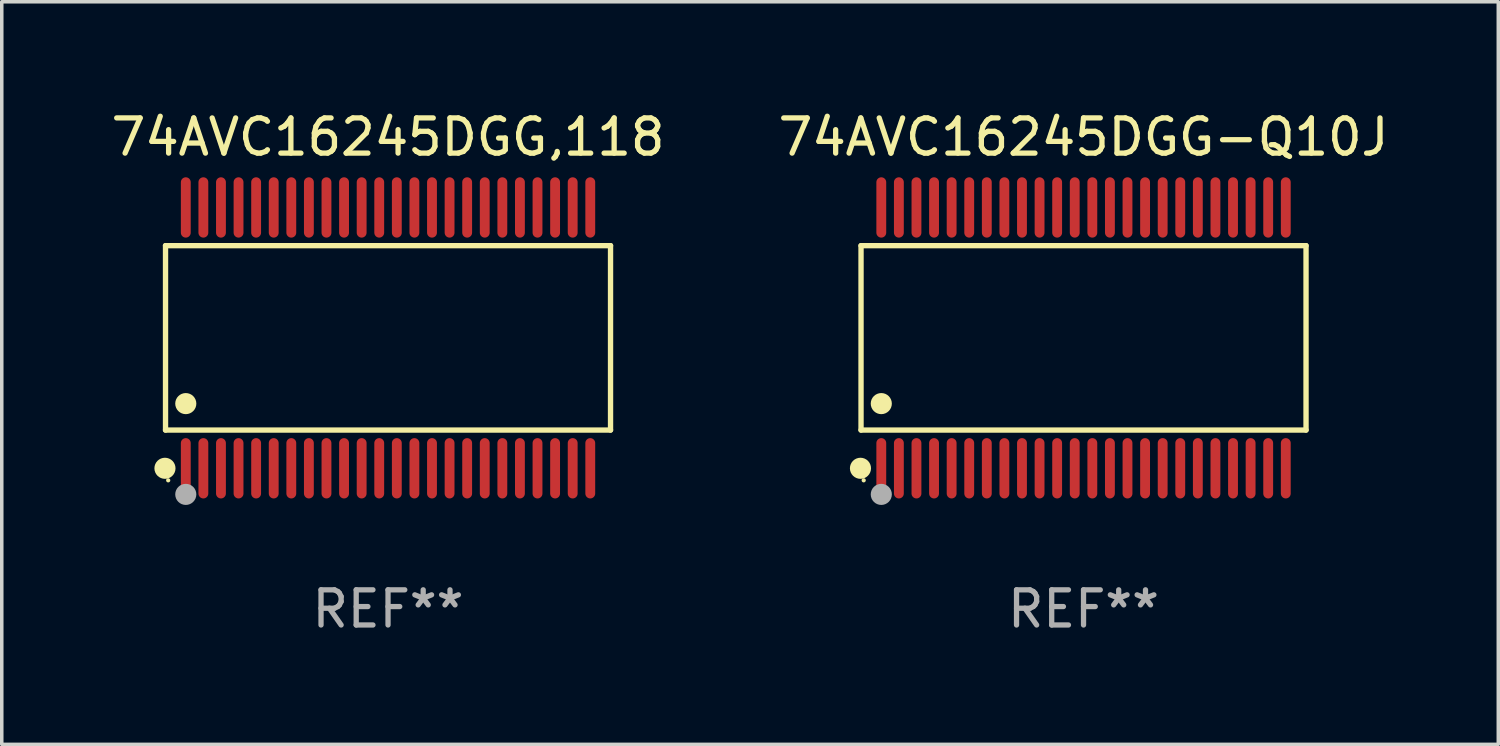
<source format=kicad_pcb>
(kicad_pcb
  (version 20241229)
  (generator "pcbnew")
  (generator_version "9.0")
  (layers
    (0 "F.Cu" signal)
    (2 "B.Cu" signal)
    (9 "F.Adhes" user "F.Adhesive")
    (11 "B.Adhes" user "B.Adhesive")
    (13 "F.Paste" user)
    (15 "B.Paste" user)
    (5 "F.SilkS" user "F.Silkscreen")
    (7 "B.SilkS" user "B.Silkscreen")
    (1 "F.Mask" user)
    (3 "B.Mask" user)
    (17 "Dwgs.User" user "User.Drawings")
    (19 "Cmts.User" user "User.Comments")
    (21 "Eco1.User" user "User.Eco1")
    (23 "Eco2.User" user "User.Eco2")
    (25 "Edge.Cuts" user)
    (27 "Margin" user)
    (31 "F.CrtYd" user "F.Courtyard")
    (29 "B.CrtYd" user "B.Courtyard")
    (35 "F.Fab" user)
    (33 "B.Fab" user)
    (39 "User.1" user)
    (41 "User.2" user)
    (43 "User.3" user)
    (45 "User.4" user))
  (footprint "74AVC16245DGG-Q10J"
    (layer "F.Cu")
    (at 27.756 6.556)
    (property "Reference" "74AVC16245DGG-Q10J" (at 0 -5.708 0) (layer "F.SilkS") (effects (font (size 1 1) (thickness 0.15))))
    (attr through_hole)
    (fp_line (start -6.326 -2.622) (end 6.326 -2.622) (stroke (width 0.152) (type solid)) (layer "F.SilkS"))
    (fp_line (start -6.326 2.621) (end -6.326 -2.622) (stroke (width 0.152) (type solid)) (layer "F.SilkS"))
    (fp_line (start 6.326 -2.622) (end 6.326 2.621) (stroke (width 0.152) (type solid)) (layer "F.SilkS"))
    (fp_line (start 6.326 2.621) (end -6.326 2.621) (stroke (width 0.152) (type solid)) (layer "F.SilkS"))
    (fp_circle (center -6.342 3.708) (end -6.192 3.708) (stroke (width 0.3) (type solid)) (fill no) (layer "F.SilkS"))
    (fp_circle (center -6.25 4.05) (end -6.22 4.05) (stroke (width 0.06) (type solid)) (fill no) (layer "F.SilkS"))
    (fp_circle (center -5.75 1.869) (end -5.6 1.869) (stroke (width 0.3) (type solid)) (fill no) (layer "F.SilkS"))
    (fp_circle (center -5.75 4.45) (end -5.6 4.45) (stroke (width 0.3) (type solid)) (fill no) (layer "F.Fab"))
    (fp_text user "REF**" (at 0 7.708 0) (layer "F.Fab") (effects (font (size 1 1) (thickness 0.15))))
    (pad "1" smd oval (at -5.75 3.708) (size 0.28 1.715) (layers "F.Cu" "F.Mask" "F.Paste"))
    (pad "2" smd oval (at -5.25 3.708) (size 0.28 1.715) (layers "F.Cu" "F.Mask" "F.Paste"))
    (pad "3" smd oval (at -4.75 3.708) (size 0.28 1.715) (layers "F.Cu" "F.Mask" "F.Paste"))
    (pad "4" smd oval (at -4.25 3.708) (size 0.28 1.715) (layers "F.Cu" "F.Mask" "F.Paste"))
    (pad "5" smd oval (at -3.75 3.708) (size 0.28 1.715) (layers "F.Cu" "F.Mask" "F.Paste"))
    (pad "6" smd oval (at -3.25 3.708) (size 0.28 1.715) (layers "F.Cu" "F.Mask" "F.Paste"))
    (pad "7" smd oval (at -2.75 3.708) (size 0.28 1.715) (layers "F.Cu" "F.Mask" "F.Paste"))
    (pad "8" smd oval (at -2.25 3.708) (size 0.28 1.715) (layers "F.Cu" "F.Mask" "F.Paste"))
    (pad "9" smd oval (at -1.75 3.708) (size 0.28 1.715) (layers "F.Cu" "F.Mask" "F.Paste"))
    (pad "10" smd oval (at -1.25 3.708) (size 0.28 1.715) (layers "F.Cu" "F.Mask" "F.Paste"))
    (pad "11" smd oval (at -0.75 3.708) (size 0.28 1.715) (layers "F.Cu" "F.Mask" "F.Paste"))
    (pad "12" smd oval (at -0.25 3.708) (size 0.28 1.715) (layers "F.Cu" "F.Mask" "F.Paste"))
    (pad "13" smd oval (at 0.25 3.708) (size 0.28 1.715) (layers "F.Cu" "F.Mask" "F.Paste"))
    (pad "14" smd oval (at 0.75 3.708) (size 0.28 1.715) (layers "F.Cu" "F.Mask" "F.Paste"))
    (pad "15" smd oval (at 1.25 3.708) (size 0.28 1.715) (layers "F.Cu" "F.Mask" "F.Paste"))
    (pad "16" smd oval (at 1.75 3.708) (size 0.28 1.715) (layers "F.Cu" "F.Mask" "F.Paste"))
    (pad "17" smd oval (at 2.25 3.708) (size 0.28 1.715) (layers "F.Cu" "F.Mask" "F.Paste"))
    (pad "18" smd oval (at 2.75 3.708) (size 0.28 1.715) (layers "F.Cu" "F.Mask" "F.Paste"))
    (pad "19" smd oval (at 3.25 3.708) (size 0.28 1.715) (layers "F.Cu" "F.Mask" "F.Paste"))
    (pad "20" smd oval (at 3.75 3.708) (size 0.28 1.715) (layers "F.Cu" "F.Mask" "F.Paste"))
    (pad "21" smd oval (at 4.25 3.708) (size 0.28 1.715) (layers "F.Cu" "F.Mask" "F.Paste"))
    (pad "22" smd oval (at 4.75 3.708) (size 0.28 1.715) (layers "F.Cu" "F.Mask" "F.Paste"))
    (pad "23" smd oval (at 5.25 3.708) (size 0.28 1.715) (layers "F.Cu" "F.Mask" "F.Paste"))
    (pad "24" smd oval (at 5.75 3.708) (size 0.28 1.715) (layers "F.Cu" "F.Mask" "F.Paste"))
    (pad "25" smd oval (at 5.75 -3.708) (size 0.28 1.715) (layers "F.Cu" "F.Mask" "F.Paste"))
    (pad "26" smd oval (at 5.25 -3.708) (size 0.28 1.715) (layers "F.Cu" "F.Mask" "F.Paste"))
    (pad "27" smd oval (at 4.75 -3.708) (size 0.28 1.715) (layers "F.Cu" "F.Mask" "F.Paste"))
    (pad "28" smd oval (at 4.25 -3.708) (size 0.28 1.715) (layers "F.Cu" "F.Mask" "F.Paste"))
    (pad "29" smd oval (at 3.75 -3.708) (size 0.28 1.715) (layers "F.Cu" "F.Mask" "F.Paste"))
    (pad "30" smd oval (at 3.25 -3.708) (size 0.28 1.715) (layers "F.Cu" "F.Mask" "F.Paste"))
    (pad "31" smd oval (at 2.75 -3.708) (size 0.28 1.715) (layers "F.Cu" "F.Mask" "F.Paste"))
    (pad "32" smd oval (at 2.25 -3.708) (size 0.28 1.715) (layers "F.Cu" "F.Mask" "F.Paste"))
    (pad "33" smd oval (at 1.75 -3.708) (size 0.28 1.715) (layers "F.Cu" "F.Mask" "F.Paste"))
    (pad "34" smd oval (at 1.25 -3.708) (size 0.28 1.715) (layers "F.Cu" "F.Mask" "F.Paste"))
    (pad "35" smd oval (at 0.75 -3.708) (size 0.28 1.715) (layers "F.Cu" "F.Mask" "F.Paste"))
    (pad "36" smd oval (at 0.25 -3.708) (size 0.28 1.715) (layers "F.Cu" "F.Mask" "F.Paste"))
    (pad "37" smd oval (at -0.25 -3.708) (size 0.28 1.715) (layers "F.Cu" "F.Mask" "F.Paste"))
    (pad "38" smd oval (at -0.75 -3.708) (size 0.28 1.715) (layers "F.Cu" "F.Mask" "F.Paste"))
    (pad "39" smd oval (at -1.25 -3.708) (size 0.28 1.715) (layers "F.Cu" "F.Mask" "F.Paste"))
    (pad "40" smd oval (at -1.75 -3.708) (size 0.28 1.715) (layers "F.Cu" "F.Mask" "F.Paste"))
    (pad "41" smd oval (at -2.25 -3.708) (size 0.28 1.715) (layers "F.Cu" "F.Mask" "F.Paste"))
    (pad "42" smd oval (at -2.75 -3.708) (size 0.28 1.715) (layers "F.Cu" "F.Mask" "F.Paste"))
    (pad "43" smd oval (at -3.25 -3.708) (size 0.28 1.715) (layers "F.Cu" "F.Mask" "F.Paste"))
    (pad "44" smd oval (at -3.75 -3.708) (size 0.28 1.715) (layers "F.Cu" "F.Mask" "F.Paste"))
    (pad "45" smd oval (at -4.25 -3.708) (size 0.28 1.715) (layers "F.Cu" "F.Mask" "F.Paste"))
    (pad "46" smd oval (at -4.75 -3.708) (size 0.28 1.715) (layers "F.Cu" "F.Mask" "F.Paste"))
    (pad "47" smd oval (at -5.25 -3.708) (size 0.28 1.715) (layers "F.Cu" "F.Mask" "F.Paste"))
    (pad "48" smd oval (at -5.75 -3.708) (size 0.28 1.715) (layers "F.Cu" "F.Mask" "F.Paste")))
  (footprint "74AVC16245DGG,118"
    (layer "F.Cu")
    (at 7.982 6.556)
    (property "Reference" "74AVC16245DGG,118" (at 0 -5.708 0) (layer "F.SilkS") (effects (font (size 1 1) (thickness 0.15))))
    (attr through_hole)
    (fp_line (start -6.326 -2.622) (end 6.326 -2.622) (stroke (width 0.152) (type solid)) (layer "F.SilkS"))
    (fp_line (start -6.326 2.621) (end -6.326 -2.622) (stroke (width 0.152) (type solid)) (layer "F.SilkS"))
    (fp_line (start 6.326 -2.622) (end 6.326 2.621) (stroke (width 0.152) (type solid)) (layer "F.SilkS"))
    (fp_line (start 6.326 2.621) (end -6.326 2.621) (stroke (width 0.152) (type solid)) (layer "F.SilkS"))
    (fp_circle (center -6.342 3.708) (end -6.192 3.708) (stroke (width 0.3) (type solid)) (fill no) (layer "F.SilkS"))
    (fp_circle (center -6.25 4.05) (end -6.22 4.05) (stroke (width 0.06) (type solid)) (fill no) (layer "F.SilkS"))
    (fp_circle (center -5.75 1.869) (end -5.6 1.869) (stroke (width 0.3) (type solid)) (fill no) (layer "F.SilkS"))
    (fp_circle (center -5.75 4.45) (end -5.6 4.45) (stroke (width 0.3) (type solid)) (fill no) (layer "F.Fab"))
    (fp_text user "REF**" (at 0 7.708 0) (layer "F.Fab") (effects (font (size 1 1) (thickness 0.15))))
    (pad "1" smd oval (at -5.75 3.708) (size 0.28 1.715) (layers "F.Cu" "F.Mask" "F.Paste"))
    (pad "2" smd oval (at -5.25 3.708) (size 0.28 1.715) (layers "F.Cu" "F.Mask" "F.Paste"))
    (pad "3" smd oval (at -4.75 3.708) (size 0.28 1.715) (layers "F.Cu" "F.Mask" "F.Paste"))
    (pad "4" smd oval (at -4.25 3.708) (size 0.28 1.715) (layers "F.Cu" "F.Mask" "F.Paste"))
    (pad "5" smd oval (at -3.75 3.708) (size 0.28 1.715) (layers "F.Cu" "F.Mask" "F.Paste"))
    (pad "6" smd oval (at -3.25 3.708) (size 0.28 1.715) (layers "F.Cu" "F.Mask" "F.Paste"))
    (pad "7" smd oval (at -2.75 3.708) (size 0.28 1.715) (layers "F.Cu" "F.Mask" "F.Paste"))
    (pad "8" smd oval (at -2.25 3.708) (size 0.28 1.715) (layers "F.Cu" "F.Mask" "F.Paste"))
    (pad "9" smd oval (at -1.75 3.708) (size 0.28 1.715) (layers "F.Cu" "F.Mask" "F.Paste"))
    (pad "10" smd oval (at -1.25 3.708) (size 0.28 1.715) (layers "F.Cu" "F.Mask" "F.Paste"))
    (pad "11" smd oval (at -0.75 3.708) (size 0.28 1.715) (layers "F.Cu" "F.Mask" "F.Paste"))
    (pad "12" smd oval (at -0.25 3.708) (size 0.28 1.715) (layers "F.Cu" "F.Mask" "F.Paste"))
    (pad "13" smd oval (at 0.25 3.708) (size 0.28 1.715) (layers "F.Cu" "F.Mask" "F.Paste"))
    (pad "14" smd oval (at 0.75 3.708) (size 0.28 1.715) (layers "F.Cu" "F.Mask" "F.Paste"))
    (pad "15" smd oval (at 1.25 3.708) (size 0.28 1.715) (layers "F.Cu" "F.Mask" "F.Paste"))
    (pad "16" smd oval (at 1.75 3.708) (size 0.28 1.715) (layers "F.Cu" "F.Mask" "F.Paste"))
    (pad "17" smd oval (at 2.25 3.708) (size 0.28 1.715) (layers "F.Cu" "F.Mask" "F.Paste"))
    (pad "18" smd oval (at 2.75 3.708) (size 0.28 1.715) (layers "F.Cu" "F.Mask" "F.Paste"))
    (pad "19" smd oval (at 3.25 3.708) (size 0.28 1.715) (layers "F.Cu" "F.Mask" "F.Paste"))
    (pad "20" smd oval (at 3.75 3.708) (size 0.28 1.715) (layers "F.Cu" "F.Mask" "F.Paste"))
    (pad "21" smd oval (at 4.25 3.708) (size 0.28 1.715) (layers "F.Cu" "F.Mask" "F.Paste"))
    (pad "22" smd oval (at 4.75 3.708) (size 0.28 1.715) (layers "F.Cu" "F.Mask" "F.Paste"))
    (pad "23" smd oval (at 5.25 3.708) (size 0.28 1.715) (layers "F.Cu" "F.Mask" "F.Paste"))
    (pad "24" smd oval (at 5.75 3.708) (size 0.28 1.715) (layers "F.Cu" "F.Mask" "F.Paste"))
    (pad "25" smd oval (at 5.75 -3.708) (size 0.28 1.715) (layers "F.Cu" "F.Mask" "F.Paste"))
    (pad "26" smd oval (at 5.25 -3.708) (size 0.28 1.715) (layers "F.Cu" "F.Mask" "F.Paste"))
    (pad "27" smd oval (at 4.75 -3.708) (size 0.28 1.715) (layers "F.Cu" "F.Mask" "F.Paste"))
    (pad "28" smd oval (at 4.25 -3.708) (size 0.28 1.715) (layers "F.Cu" "F.Mask" "F.Paste"))
    (pad "29" smd oval (at 3.75 -3.708) (size 0.28 1.715) (layers "F.Cu" "F.Mask" "F.Paste"))
    (pad "30" smd oval (at 3.25 -3.708) (size 0.28 1.715) (layers "F.Cu" "F.Mask" "F.Paste"))
    (pad "31" smd oval (at 2.75 -3.708) (size 0.28 1.715) (layers "F.Cu" "F.Mask" "F.Paste"))
    (pad "32" smd oval (at 2.25 -3.708) (size 0.28 1.715) (layers "F.Cu" "F.Mask" "F.Paste"))
    (pad "33" smd oval (at 1.75 -3.708) (size 0.28 1.715) (layers "F.Cu" "F.Mask" "F.Paste"))
    (pad "34" smd oval (at 1.25 -3.708) (size 0.28 1.715) (layers "F.Cu" "F.Mask" "F.Paste"))
    (pad "35" smd oval (at 0.75 -3.708) (size 0.28 1.715) (layers "F.Cu" "F.Mask" "F.Paste"))
    (pad "36" smd oval (at 0.25 -3.708) (size 0.28 1.715) (layers "F.Cu" "F.Mask" "F.Paste"))
    (pad "37" smd oval (at -0.25 -3.708) (size 0.28 1.715) (layers "F.Cu" "F.Mask" "F.Paste"))
    (pad "38" smd oval (at -0.75 -3.708) (size 0.28 1.715) (layers "F.Cu" "F.Mask" "F.Paste"))
    (pad "39" smd oval (at -1.25 -3.708) (size 0.28 1.715) (layers "F.Cu" "F.Mask" "F.Paste"))
    (pad "40" smd oval (at -1.75 -3.708) (size 0.28 1.715) (layers "F.Cu" "F.Mask" "F.Paste"))
    (pad "41" smd oval (at -2.25 -3.708) (size 0.28 1.715) (layers "F.Cu" "F.Mask" "F.Paste"))
    (pad "42" smd oval (at -2.75 -3.708) (size 0.28 1.715) (layers "F.Cu" "F.Mask" "F.Paste"))
    (pad "43" smd oval (at -3.25 -3.708) (size 0.28 1.715) (layers "F.Cu" "F.Mask" "F.Paste"))
    (pad "44" smd oval (at -3.75 -3.708) (size 0.28 1.715) (layers "F.Cu" "F.Mask" "F.Paste"))
    (pad "45" smd oval (at -4.25 -3.708) (size 0.28 1.715) (layers "F.Cu" "F.Mask" "F.Paste"))
    (pad "46" smd oval (at -4.75 -3.708) (size 0.28 1.715) (layers "F.Cu" "F.Mask" "F.Paste"))
    (pad "47" smd oval (at -5.25 -3.708) (size 0.28 1.715) (layers "F.Cu" "F.Mask" "F.Paste"))
    (pad "48" smd oval (at -5.75 -3.708) (size 0.28 1.715) (layers "F.Cu" "F.Mask" "F.Paste")))
  (gr_rect
    (start -3 -3)
    (end 39.548 18.112)
    (stroke (width 0.1) (type default))
    (fill no)
    (layer "Edge.Cuts")))
</source>
